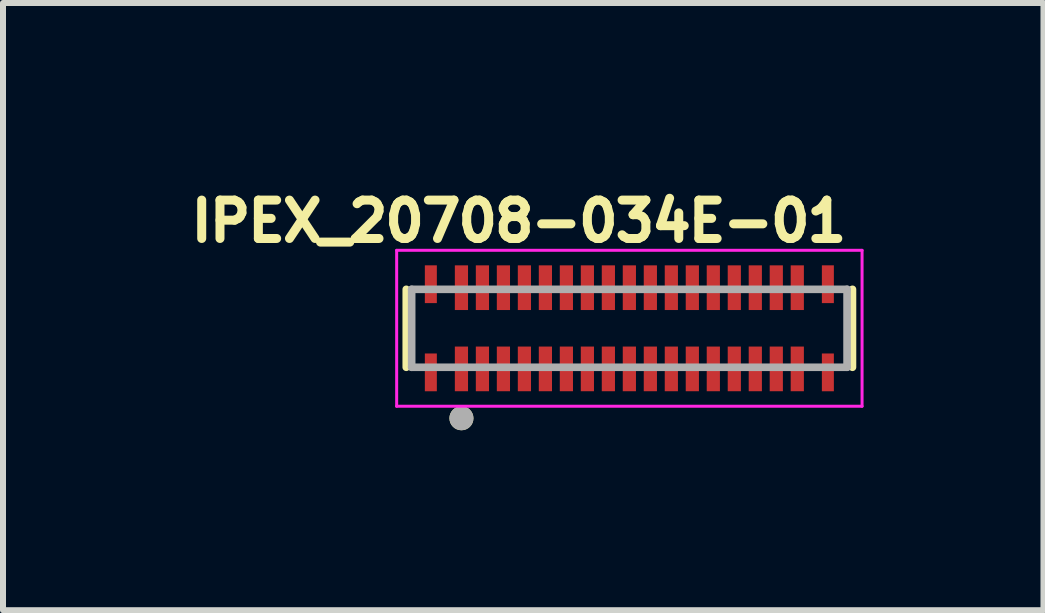
<source format=kicad_pcb>
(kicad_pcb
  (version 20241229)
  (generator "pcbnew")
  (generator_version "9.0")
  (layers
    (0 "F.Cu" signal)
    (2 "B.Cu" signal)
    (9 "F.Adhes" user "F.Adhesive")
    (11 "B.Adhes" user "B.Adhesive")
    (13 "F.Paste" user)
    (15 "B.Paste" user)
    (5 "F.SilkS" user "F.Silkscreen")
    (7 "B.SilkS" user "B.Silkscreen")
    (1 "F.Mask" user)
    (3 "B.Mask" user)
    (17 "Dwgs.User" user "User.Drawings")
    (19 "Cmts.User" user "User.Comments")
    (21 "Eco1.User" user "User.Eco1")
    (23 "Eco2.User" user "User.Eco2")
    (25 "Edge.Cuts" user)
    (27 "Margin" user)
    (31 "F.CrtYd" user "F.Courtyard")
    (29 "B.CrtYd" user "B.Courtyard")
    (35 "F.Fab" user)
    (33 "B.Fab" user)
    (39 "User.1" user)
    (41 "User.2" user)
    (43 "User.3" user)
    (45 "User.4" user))
  (footprint "IPEX_20708-034E-01"
    (layer "F.Cu")
    (at 7.444 2.424)
    (property "Reference" "IPEX_20708-034E-01" (at -1.843 -1.786 0) (layer "F.SilkS") (effects (font (size 0.64 0.64) (thickness 0.15))))
    (attr smd)
    (fp_poly (pts (xy -3.41 -1.05) (xy -3.21 -1.05) (xy -3.21 -0.42) (xy -3.41 -0.42)) (stroke (width 0.01) (type solid)) (fill yes) (layer "F.Mask"))
    (fp_poly (pts (xy -3.41 0.42) (xy -3.21 0.42) (xy -3.21 1.05) (xy -3.41 1.05)) (stroke (width 0.01) (type solid)) (fill yes) (layer "F.Mask"))
    (fp_poly (pts (xy -2.91 -1.05) (xy -2.69 -1.05) (xy -2.69 -0.615) (xy -2.91 -0.615)) (stroke (width 0.01) (type solid)) (fill yes) (layer "F.Mask"))
    (fp_poly (pts (xy -2.91 0.615) (xy -2.69 0.615) (xy -2.69 1.05) (xy -2.91 1.05)) (stroke (width 0.01) (type solid)) (fill yes) (layer "F.Mask"))
    (fp_poly (pts (xy -2.56 -1.05) (xy -2.34 -1.05) (xy -2.34 -0.615) (xy -2.56 -0.615)) (stroke (width 0.01) (type solid)) (fill yes) (layer "F.Mask"))
    (fp_poly (pts (xy -2.56 0.615) (xy -2.34 0.615) (xy -2.34 1.05) (xy -2.56 1.05)) (stroke (width 0.01) (type solid)) (fill yes) (layer "F.Mask"))
    (fp_poly (pts (xy -2.21 -1.05) (xy -1.99 -1.05) (xy -1.99 -0.615) (xy -2.21 -0.615)) (stroke (width 0.01) (type solid)) (fill yes) (layer "F.Mask"))
    (fp_poly (pts (xy -2.21 0.615) (xy -1.99 0.615) (xy -1.99 1.05) (xy -2.21 1.05)) (stroke (width 0.01) (type solid)) (fill yes) (layer "F.Mask"))
    (fp_poly (pts (xy -1.86 -1.05) (xy -1.64 -1.05) (xy -1.64 -0.615) (xy -1.86 -0.615)) (stroke (width 0.01) (type solid)) (fill yes) (layer "F.Mask"))
    (fp_poly (pts (xy -1.86 0.615) (xy -1.64 0.615) (xy -1.64 1.05) (xy -1.86 1.05)) (stroke (width 0.01) (type solid)) (fill yes) (layer "F.Mask"))
    (fp_poly (pts (xy -1.51 -1.05) (xy -1.29 -1.05) (xy -1.29 -0.615) (xy -1.51 -0.615)) (stroke (width 0.01) (type solid)) (fill yes) (layer "F.Mask"))
    (fp_poly (pts (xy -1.51 0.615) (xy -1.29 0.615) (xy -1.29 1.05) (xy -1.51 1.05)) (stroke (width 0.01) (type solid)) (fill yes) (layer "F.Mask"))
    (fp_poly (pts (xy -1.16 -1.05) (xy -0.94 -1.05) (xy -0.94 -0.615) (xy -1.16 -0.615)) (stroke (width 0.01) (type solid)) (fill yes) (layer "F.Mask"))
    (fp_poly (pts (xy -1.16 0.615) (xy -0.94 0.615) (xy -0.94 1.05) (xy -1.16 1.05)) (stroke (width 0.01) (type solid)) (fill yes) (layer "F.Mask"))
    (fp_poly (pts (xy -0.81 -1.05) (xy -0.59 -1.05) (xy -0.59 -0.615) (xy -0.81 -0.615)) (stroke (width 0.01) (type solid)) (fill yes) (layer "F.Mask"))
    (fp_poly (pts (xy -0.81 0.615) (xy -0.59 0.615) (xy -0.59 1.05) (xy -0.81 1.05)) (stroke (width 0.01) (type solid)) (fill yes) (layer "F.Mask"))
    (fp_poly (pts (xy -0.46 -1.05) (xy -0.24 -1.05) (xy -0.24 -0.615) (xy -0.46 -0.615)) (stroke (width 0.01) (type solid)) (fill yes) (layer "F.Mask"))
    (fp_poly (pts (xy -0.46 0.615) (xy -0.24 0.615) (xy -0.24 1.05) (xy -0.46 1.05)) (stroke (width 0.01) (type solid)) (fill yes) (layer "F.Mask"))
    (fp_poly (pts (xy -0.11 -1.05) (xy 0.11 -1.05) (xy 0.11 -0.615) (xy -0.11 -0.615)) (stroke (width 0.01) (type solid)) (fill yes) (layer "F.Mask"))
    (fp_poly (pts (xy -0.11 0.615) (xy 0.11 0.615) (xy 0.11 1.05) (xy -0.11 1.05)) (stroke (width 0.01) (type solid)) (fill yes) (layer "F.Mask"))
    (fp_poly (pts (xy 0.24 -1.05) (xy 0.46 -1.05) (xy 0.46 -0.615) (xy 0.24 -0.615)) (stroke (width 0.01) (type solid)) (fill yes) (layer "F.Mask"))
    (fp_poly (pts (xy 0.24 0.615) (xy 0.46 0.615) (xy 0.46 1.05) (xy 0.24 1.05)) (stroke (width 0.01) (type solid)) (fill yes) (layer "F.Mask"))
    (fp_poly (pts (xy 0.59 -1.05) (xy 0.81 -1.05) (xy 0.81 -0.615) (xy 0.59 -0.615)) (stroke (width 0.01) (type solid)) (fill yes) (layer "F.Mask"))
    (fp_poly (pts (xy 0.59 0.615) (xy 0.81 0.615) (xy 0.81 1.05) (xy 0.59 1.05)) (stroke (width 0.01) (type solid)) (fill yes) (layer "F.Mask"))
    (fp_poly (pts (xy 0.94 -1.05) (xy 1.16 -1.05) (xy 1.16 -0.615) (xy 0.94 -0.615)) (stroke (width 0.01) (type solid)) (fill yes) (layer "F.Mask"))
    (fp_poly (pts (xy 0.94 0.615) (xy 1.16 0.615) (xy 1.16 1.05) (xy 0.94 1.05)) (stroke (width 0.01) (type solid)) (fill yes) (layer "F.Mask"))
    (fp_poly (pts (xy 1.29 -1.05) (xy 1.51 -1.05) (xy 1.51 -0.615) (xy 1.29 -0.615)) (stroke (width 0.01) (type solid)) (fill yes) (layer "F.Mask"))
    (fp_poly (pts (xy 1.29 0.615) (xy 1.51 0.615) (xy 1.51 1.05) (xy 1.29 1.05)) (stroke (width 0.01) (type solid)) (fill yes) (layer "F.Mask"))
    (fp_poly (pts (xy 1.64 -1.05) (xy 1.86 -1.05) (xy 1.86 -0.615) (xy 1.64 -0.615)) (stroke (width 0.01) (type solid)) (fill yes) (layer "F.Mask"))
    (fp_poly (pts (xy 1.64 0.615) (xy 1.86 0.615) (xy 1.86 1.05) (xy 1.64 1.05)) (stroke (width 0.01) (type solid)) (fill yes) (layer "F.Mask"))
    (fp_poly (pts (xy 1.99 -1.05) (xy 2.21 -1.05) (xy 2.21 -0.615) (xy 1.99 -0.615)) (stroke (width 0.01) (type solid)) (fill yes) (layer "F.Mask"))
    (fp_poly (pts (xy 1.99 0.615) (xy 2.21 0.615) (xy 2.21 1.05) (xy 1.99 1.05)) (stroke (width 0.01) (type solid)) (fill yes) (layer "F.Mask"))
    (fp_poly (pts (xy 2.34 -1.05) (xy 2.56 -1.05) (xy 2.56 -0.615) (xy 2.34 -0.615)) (stroke (width 0.01) (type solid)) (fill yes) (layer "F.Mask"))
    (fp_poly (pts (xy 2.34 0.615) (xy 2.56 0.615) (xy 2.56 1.05) (xy 2.34 1.05)) (stroke (width 0.01) (type solid)) (fill yes) (layer "F.Mask"))
    (fp_poly (pts (xy 2.69 -1.05) (xy 2.91 -1.05) (xy 2.91 -0.615) (xy 2.69 -0.615)) (stroke (width 0.01) (type solid)) (fill yes) (layer "F.Mask"))
    (fp_poly (pts (xy 2.69 0.615) (xy 2.91 0.615) (xy 2.91 1.05) (xy 2.69 1.05)) (stroke (width 0.01) (type solid)) (fill yes) (layer "F.Mask"))
    (fp_poly (pts (xy 3.21 -1.05) (xy 3.41 -1.05) (xy 3.41 -0.42) (xy 3.21 -0.42)) (stroke (width 0.01) (type solid)) (fill yes) (layer "F.Mask"))
    (fp_poly (pts (xy 3.21 0.42) (xy 3.41 0.42) (xy 3.41 1.05) (xy 3.21 1.05)) (stroke (width 0.01) (type solid)) (fill yes) (layer "F.Mask"))
    (fp_line (start -3.72 -0.65) (end -3.72 0.65) (stroke (width 0.127) (type solid)) (layer "F.SilkS"))
    (fp_line (start 3.72 -0.65) (end 3.72 0.65) (stroke (width 0.127) (type solid)) (layer "F.SilkS"))
    (fp_circle (center -2.8 1.5) (end -2.7 1.5) (stroke (width 0.2) (type solid)) (fill no) (layer "F.SilkS"))
    (fp_poly (pts (xy -3.39 -1.05) (xy -3.23 -1.05) (xy -3.23 -0.42) (xy -3.39 -0.42)) (stroke (width 0.01) (type solid)) (fill yes) (layer "F.Paste"))
    (fp_poly (pts (xy -3.39 0.42) (xy -3.23 0.42) (xy -3.23 1.05) (xy -3.39 1.05)) (stroke (width 0.01) (type solid)) (fill yes) (layer "F.Paste"))
    (fp_poly (pts (xy -2.89 -1.05) (xy -2.71 -1.05) (xy -2.71 -0.615) (xy -2.89 -0.615)) (stroke (width 0.01) (type solid)) (fill yes) (layer "F.Paste"))
    (fp_poly (pts (xy -2.89 0.615) (xy -2.71 0.615) (xy -2.71 1.05) (xy -2.89 1.05)) (stroke (width 0.01) (type solid)) (fill yes) (layer "F.Paste"))
    (fp_poly (pts (xy -2.54 -1.05) (xy -2.36 -1.05) (xy -2.36 -0.615) (xy -2.54 -0.615)) (stroke (width 0.01) (type solid)) (fill yes) (layer "F.Paste"))
    (fp_poly (pts (xy -2.54 0.615) (xy -2.36 0.615) (xy -2.36 1.05) (xy -2.54 1.05)) (stroke (width 0.01) (type solid)) (fill yes) (layer "F.Paste"))
    (fp_poly (pts (xy -2.19 -1.05) (xy -2.01 -1.05) (xy -2.01 -0.615) (xy -2.19 -0.615)) (stroke (width 0.01) (type solid)) (fill yes) (layer "F.Paste"))
    (fp_poly (pts (xy -2.19 0.615) (xy -2.01 0.615) (xy -2.01 1.05) (xy -2.19 1.05)) (stroke (width 0.01) (type solid)) (fill yes) (layer "F.Paste"))
    (fp_poly (pts (xy -1.84 -1.05) (xy -1.66 -1.05) (xy -1.66 -0.615) (xy -1.84 -0.615)) (stroke (width 0.01) (type solid)) (fill yes) (layer "F.Paste"))
    (fp_poly (pts (xy -1.84 0.615) (xy -1.66 0.615) (xy -1.66 1.05) (xy -1.84 1.05)) (stroke (width 0.01) (type solid)) (fill yes) (layer "F.Paste"))
    (fp_poly (pts (xy -1.49 -1.05) (xy -1.31 -1.05) (xy -1.31 -0.615) (xy -1.49 -0.615)) (stroke (width 0.01) (type solid)) (fill yes) (layer "F.Paste"))
    (fp_poly (pts (xy -1.49 0.615) (xy -1.31 0.615) (xy -1.31 1.05) (xy -1.49 1.05)) (stroke (width 0.01) (type solid)) (fill yes) (layer "F.Paste"))
    (fp_poly (pts (xy -1.14 -1.05) (xy -0.96 -1.05) (xy -0.96 -0.615) (xy -1.14 -0.615)) (stroke (width 0.01) (type solid)) (fill yes) (layer "F.Paste"))
    (fp_poly (pts (xy -1.14 0.615) (xy -0.96 0.615) (xy -0.96 1.05) (xy -1.14 1.05)) (stroke (width 0.01) (type solid)) (fill yes) (layer "F.Paste"))
    (fp_poly (pts (xy -0.79 -1.05) (xy -0.61 -1.05) (xy -0.61 -0.615) (xy -0.79 -0.615)) (stroke (width 0.01) (type solid)) (fill yes) (layer "F.Paste"))
    (fp_poly (pts (xy -0.79 0.615) (xy -0.61 0.615) (xy -0.61 1.05) (xy -0.79 1.05)) (stroke (width 0.01) (type solid)) (fill yes) (layer "F.Paste"))
    (fp_poly (pts (xy -0.44 -1.05) (xy -0.26 -1.05) (xy -0.26 -0.615) (xy -0.44 -0.615)) (stroke (width 0.01) (type solid)) (fill yes) (layer "F.Paste"))
    (fp_poly (pts (xy -0.44 0.615) (xy -0.26 0.615) (xy -0.26 1.05) (xy -0.44 1.05)) (stroke (width 0.01) (type solid)) (fill yes) (layer "F.Paste"))
    (fp_poly (pts (xy -0.09 -1.05) (xy 0.09 -1.05) (xy 0.09 -0.615) (xy -0.09 -0.615)) (stroke (width 0.01) (type solid)) (fill yes) (layer "F.Paste"))
    (fp_poly (pts (xy -0.09 0.615) (xy 0.09 0.615) (xy 0.09 1.05) (xy -0.09 1.05)) (stroke (width 0.01) (type solid)) (fill yes) (layer "F.Paste"))
    (fp_poly (pts (xy 0.26 -1.05) (xy 0.44 -1.05) (xy 0.44 -0.615) (xy 0.26 -0.615)) (stroke (width 0.01) (type solid)) (fill yes) (layer "F.Paste"))
    (fp_poly (pts (xy 0.26 0.615) (xy 0.44 0.615) (xy 0.44 1.05) (xy 0.26 1.05)) (stroke (width 0.01) (type solid)) (fill yes) (layer "F.Paste"))
    (fp_poly (pts (xy 0.61 -1.05) (xy 0.79 -1.05) (xy 0.79 -0.615) (xy 0.61 -0.615)) (stroke (width 0.01) (type solid)) (fill yes) (layer "F.Paste"))
    (fp_poly (pts (xy 0.61 0.615) (xy 0.79 0.615) (xy 0.79 1.05) (xy 0.61 1.05)) (stroke (width 0.01) (type solid)) (fill yes) (layer "F.Paste"))
    (fp_poly (pts (xy 0.96 -1.05) (xy 1.14 -1.05) (xy 1.14 -0.615) (xy 0.96 -0.615)) (stroke (width 0.01) (type solid)) (fill yes) (layer "F.Paste"))
    (fp_poly (pts (xy 0.96 0.615) (xy 1.14 0.615) (xy 1.14 1.05) (xy 0.96 1.05)) (stroke (width 0.01) (type solid)) (fill yes) (layer "F.Paste"))
    (fp_poly (pts (xy 1.31 -1.05) (xy 1.49 -1.05) (xy 1.49 -0.615) (xy 1.31 -0.615)) (stroke (width 0.01) (type solid)) (fill yes) (layer "F.Paste"))
    (fp_poly (pts (xy 1.31 0.615) (xy 1.49 0.615) (xy 1.49 1.05) (xy 1.31 1.05)) (stroke (width 0.01) (type solid)) (fill yes) (layer "F.Paste"))
    (fp_poly (pts (xy 1.66 -1.05) (xy 1.84 -1.05) (xy 1.84 -0.615) (xy 1.66 -0.615)) (stroke (width 0.01) (type solid)) (fill yes) (layer "F.Paste"))
    (fp_poly (pts (xy 1.66 0.615) (xy 1.84 0.615) (xy 1.84 1.05) (xy 1.66 1.05)) (stroke (width 0.01) (type solid)) (fill yes) (layer "F.Paste"))
    (fp_poly (pts (xy 2.01 -1.05) (xy 2.19 -1.05) (xy 2.19 -0.615) (xy 2.01 -0.615)) (stroke (width 0.01) (type solid)) (fill yes) (layer "F.Paste"))
    (fp_poly (pts (xy 2.01 0.615) (xy 2.19 0.615) (xy 2.19 1.05) (xy 2.01 1.05)) (stroke (width 0.01) (type solid)) (fill yes) (layer "F.Paste"))
    (fp_poly (pts (xy 2.36 -1.05) (xy 2.54 -1.05) (xy 2.54 -0.615) (xy 2.36 -0.615)) (stroke (width 0.01) (type solid)) (fill yes) (layer "F.Paste"))
    (fp_poly (pts (xy 2.36 0.615) (xy 2.54 0.615) (xy 2.54 1.05) (xy 2.36 1.05)) (stroke (width 0.01) (type solid)) (fill yes) (layer "F.Paste"))
    (fp_poly (pts (xy 2.71 -1.05) (xy 2.89 -1.05) (xy 2.89 -0.615) (xy 2.71 -0.615)) (stroke (width 0.01) (type solid)) (fill yes) (layer "F.Paste"))
    (fp_poly (pts (xy 2.71 0.615) (xy 2.89 0.615) (xy 2.89 1.05) (xy 2.71 1.05)) (stroke (width 0.01) (type solid)) (fill yes) (layer "F.Paste"))
    (fp_poly (pts (xy 3.23 -1.05) (xy 3.39 -1.05) (xy 3.39 -0.42) (xy 3.23 -0.42)) (stroke (width 0.01) (type solid)) (fill yes) (layer "F.Paste"))
    (fp_poly (pts (xy 3.23 0.42) (xy 3.39 0.42) (xy 3.39 1.05) (xy 3.23 1.05)) (stroke (width 0.01) (type solid)) (fill yes) (layer "F.Paste"))
    (fp_line (start -3.88 -1.3) (end 3.88 -1.3) (stroke (width 0.05) (type solid)) (layer "F.CrtYd"))
    (fp_line (start -3.88 1.3) (end -3.88 -1.3) (stroke (width 0.05) (type solid)) (layer "F.CrtYd"))
    (fp_line (start 3.88 -1.3) (end 3.88 1.3) (stroke (width 0.05) (type solid)) (layer "F.CrtYd"))
    (fp_line (start 3.88 1.3) (end -3.88 1.3) (stroke (width 0.05) (type solid)) (layer "F.CrtYd"))
    (fp_line (start -3.63 -0.65) (end 3.63 -0.65) (stroke (width 0.127) (type solid)) (layer "F.Fab"))
    (fp_line (start -3.63 0.65) (end -3.63 -0.65) (stroke (width 0.127) (type solid)) (layer "F.Fab"))
    (fp_line (start 3.63 -0.65) (end 3.63 0.65) (stroke (width 0.127) (type solid)) (layer "F.Fab"))
    (fp_line (start 3.63 0.65) (end -3.63 0.65) (stroke (width 0.127) (type solid)) (layer "F.Fab"))
    (fp_circle (center -2.8 1.5) (end -2.7 1.5) (stroke (width 0.2) (type solid)) (fill no) (layer "F.Fab"))
    (pad "1" smd rect (at -2.8 0.677) (size 0.22 0.745) (layers "F.Cu"))
    (pad "2" smd rect (at -2.8 -0.677) (size 0.22 0.745) (layers "F.Cu"))
    (pad "3" smd rect (at -2.45 0.677) (size 0.22 0.745) (layers "F.Cu"))
    (pad "4" smd rect (at -2.45 -0.677) (size 0.22 0.745) (layers "F.Cu"))
    (pad "5" smd rect (at -2.1 0.677) (size 0.22 0.745) (layers "F.Cu"))
    (pad "6" smd rect (at -2.1 -0.677) (size 0.22 0.745) (layers "F.Cu"))
    (pad "7" smd rect (at -1.75 0.677) (size 0.22 0.745) (layers "F.Cu"))
    (pad "8" smd rect (at -1.75 -0.677) (size 0.22 0.745) (layers "F.Cu"))
    (pad "9" smd rect (at -1.4 0.677) (size 0.22 0.745) (layers "F.Cu"))
    (pad "10" smd rect (at -1.4 -0.677) (size 0.22 0.745) (layers "F.Cu"))
    (pad "11" smd rect (at -1.05 0.677) (size 0.22 0.745) (layers "F.Cu"))
    (pad "12" smd rect (at -1.05 -0.677) (size 0.22 0.745) (layers "F.Cu"))
    (pad "13" smd rect (at -0.7 0.677) (size 0.22 0.745) (layers "F.Cu"))
    (pad "14" smd rect (at -0.7 -0.677) (size 0.22 0.745) (layers "F.Cu"))
    (pad "15" smd rect (at -0.35 0.677) (size 0.22 0.745) (layers "F.Cu"))
    (pad "16" smd rect (at -0.35 -0.677) (size 0.22 0.745) (layers "F.Cu"))
    (pad "17" smd rect (at 0 0.677) (size 0.22 0.745) (layers "F.Cu"))
    (pad "18" smd rect (at 0 -0.677) (size 0.22 0.745) (layers "F.Cu"))
    (pad "19" smd rect (at 0.35 0.677) (size 0.22 0.745) (layers "F.Cu"))
    (pad "20" smd rect (at 0.35 -0.677) (size 0.22 0.745) (layers "F.Cu"))
    (pad "21" smd rect (at 0.7 0.677) (size 0.22 0.745) (layers "F.Cu"))
    (pad "22" smd rect (at 0.7 -0.677) (size 0.22 0.745) (layers "F.Cu"))
    (pad "23" smd rect (at 1.05 0.677) (size 0.22 0.745) (layers "F.Cu"))
    (pad "24" smd rect (at 1.05 -0.677) (size 0.22 0.745) (layers "F.Cu"))
    (pad "25" smd rect (at 1.4 0.677) (size 0.22 0.745) (layers "F.Cu"))
    (pad "26" smd rect (at 1.4 -0.677) (size 0.22 0.745) (layers "F.Cu"))
    (pad "27" smd rect (at 1.75 0.677) (size 0.22 0.745) (layers "F.Cu"))
    (pad "28" smd rect (at 1.75 -0.677) (size 0.22 0.745) (layers "F.Cu"))
    (pad "29" smd rect (at 2.1 0.677) (size 0.22 0.745) (layers "F.Cu"))
    (pad "30" smd rect (at 2.1 -0.677) (size 0.22 0.745) (layers "F.Cu"))
    (pad "31" smd rect (at 2.45 0.677) (size 0.22 0.745) (layers "F.Cu"))
    (pad "32" smd rect (at 2.45 -0.677) (size 0.22 0.745) (layers "F.Cu"))
    (pad "33" smd rect (at 2.8 0.677) (size 0.22 0.745) (layers "F.Cu"))
    (pad "34" smd rect (at 2.8 -0.677) (size 0.22 0.745) (layers "F.Cu"))
    (pad "S1" smd rect (at -3.31 -0.735) (size 0.2 0.63) (layers "F.Cu"))
    (pad "S2" smd rect (at 3.31 -0.735) (size 0.2 0.63) (layers "F.Cu"))
    (pad "S3" smd rect (at -3.31 0.735) (size 0.2 0.63) (layers "F.Cu"))
    (pad "S4" smd rect (at 3.31 0.735) (size 0.2 0.63) (layers "F.Cu")))
  (gr_rect
    (start -3 -3)
    (end 14.349 7.124)
    (stroke (width 0.1) (type default))
    (fill no)
    (layer "Edge.Cuts")))
</source>
